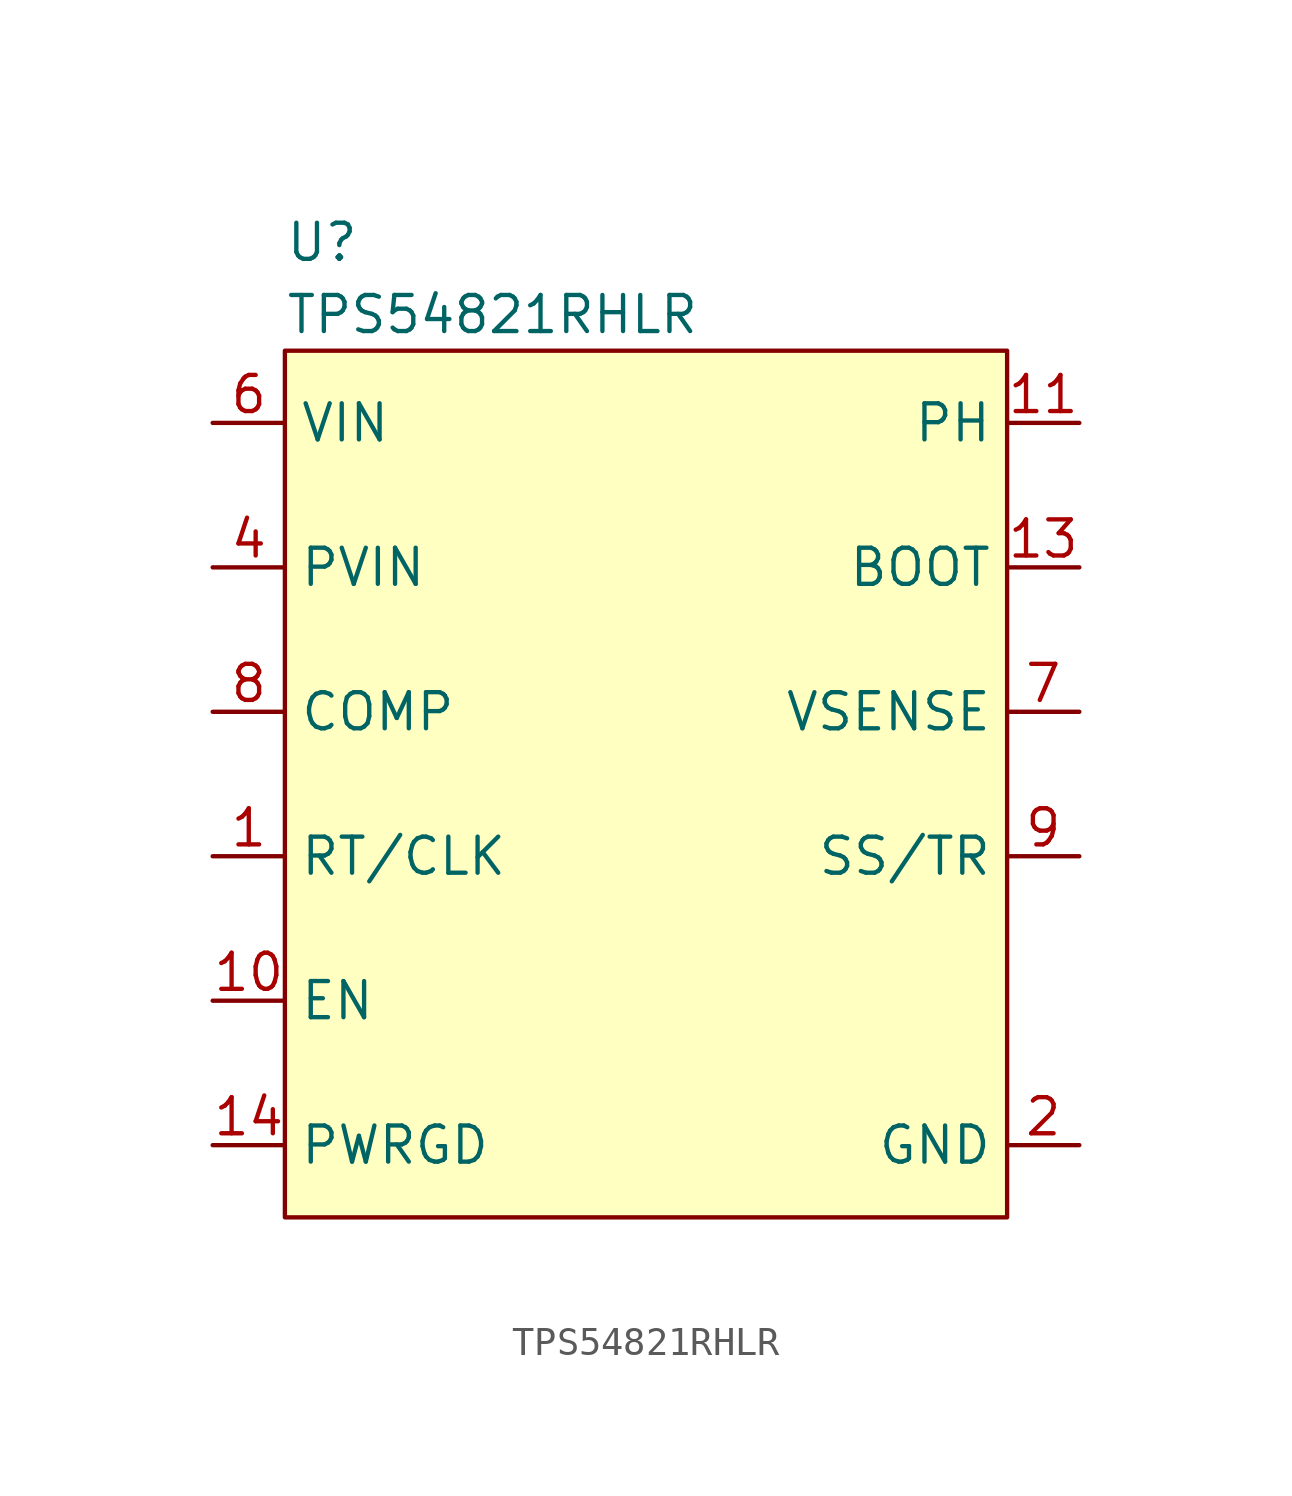
<source format=kicad_sym>
(kicad_symbol_lib
  (version 20241209)
  (generator "kicad_symbol_editor")
  (generator_version "9.0")
  (symbol "TPS54821RHLR"
    (property "Reference" "U"
      (at -12.7 3.81 0)
      (effects (font (size 1.27 1.27)) (justify left)))
    (property "Value" "TPS54821RHLR"
      (at -12.7 1.27 0)
      (effects (font (size 1.27 1.27)) (justify left)))
    (symbol "TPS54821RHLR_1_1"
      (rectangle (start -12.7 0) (end 12.7 -30.48) (stroke (width 0) (type solid)) (fill (type background)))
      (pin power_in line (at -15.24 -2.54 0) (length 2.54) (name "VIN" (effects (font (size 1.27 1.27)))) (number "6" (effects (font (size 1.27 1.27)))))
      (pin power_in line (at -15.24 -7.62 0) (length 2.54) (name "PVIN" (effects (font (size 1.27 1.27)))) (number "4" (effects (font (size 1.27 1.27)))))
      (pin power_in line (at -15.24 -7.62 0) (length 2.54) (hide yes) (name "PVIN" (effects (font (size 1.27 1.27)))) (number "5" (effects (font (size 1.27 1.27)))))
      (pin passive line (at -15.24 -12.7 0) (length 2.54) (name "COMP" (effects (font (size 1.27 1.27)))) (number "8" (effects (font (size 1.27 1.27)))))
      (pin passive line (at -15.24 -17.78 0) (length 2.54) (name "RT/CLK" (effects (font (size 1.27 1.27)))) (number "1" (effects (font (size 1.27 1.27)))))
      (pin input line (at -15.24 -22.86 0) (length 2.54) (name "EN" (effects (font (size 1.27 1.27)))) (number "10" (effects (font (size 1.27 1.27)))))
      (pin output line (at -15.24 -27.94 0) (length 2.54) (name "PWRGD" (effects (font (size 1.27 1.27)))) (number "14" (effects (font (size 1.27 1.27)))))
      (pin output line (at 15.24 -2.54 180) (length 2.54) (name "PH" (effects (font (size 1.27 1.27)))) (number "11" (effects (font (size 1.27 1.27)))))
      (pin output line (at 15.24 -2.54 180) (length 2.54) (hide yes) (name "PH" (effects (font (size 1.27 1.27)))) (number "12" (effects (font (size 1.27 1.27)))))
      (pin passive line (at 15.24 -7.62 180) (length 2.54) (name "BOOT" (effects (font (size 1.27 1.27)))) (number "13" (effects (font (size 1.27 1.27)))))
      (pin passive line (at 15.24 -12.7 180) (length 2.54) (name "VSENSE" (effects (font (size 1.27 1.27)))) (number "7" (effects (font (size 1.27 1.27)))))
      (pin passive line (at 15.24 -17.78 180) (length 2.54) (name "SS/TR" (effects (font (size 1.27 1.27)))) (number "9" (effects (font (size 1.27 1.27)))))
      (pin passive line (at 15.24 -27.94 180) (length 2.54) (hide yes) (name "THERM_PAD" (effects (font (size 1.27 1.27)))) (number "15" (effects (font (size 1.27 1.27)))))
      (pin power_in line (at 15.24 -27.94 180) (length 2.54) (name "GND" (effects (font (size 1.27 1.27)))) (number "2" (effects (font (size 1.27 1.27)))))
      (pin power_in line (at 15.24 -27.94 180) (length 2.54) (hide yes) (name "GND" (effects (font (size 1.27 1.27)))) (number "3" (effects (font (size 1.27 1.27))))))))
</source>
